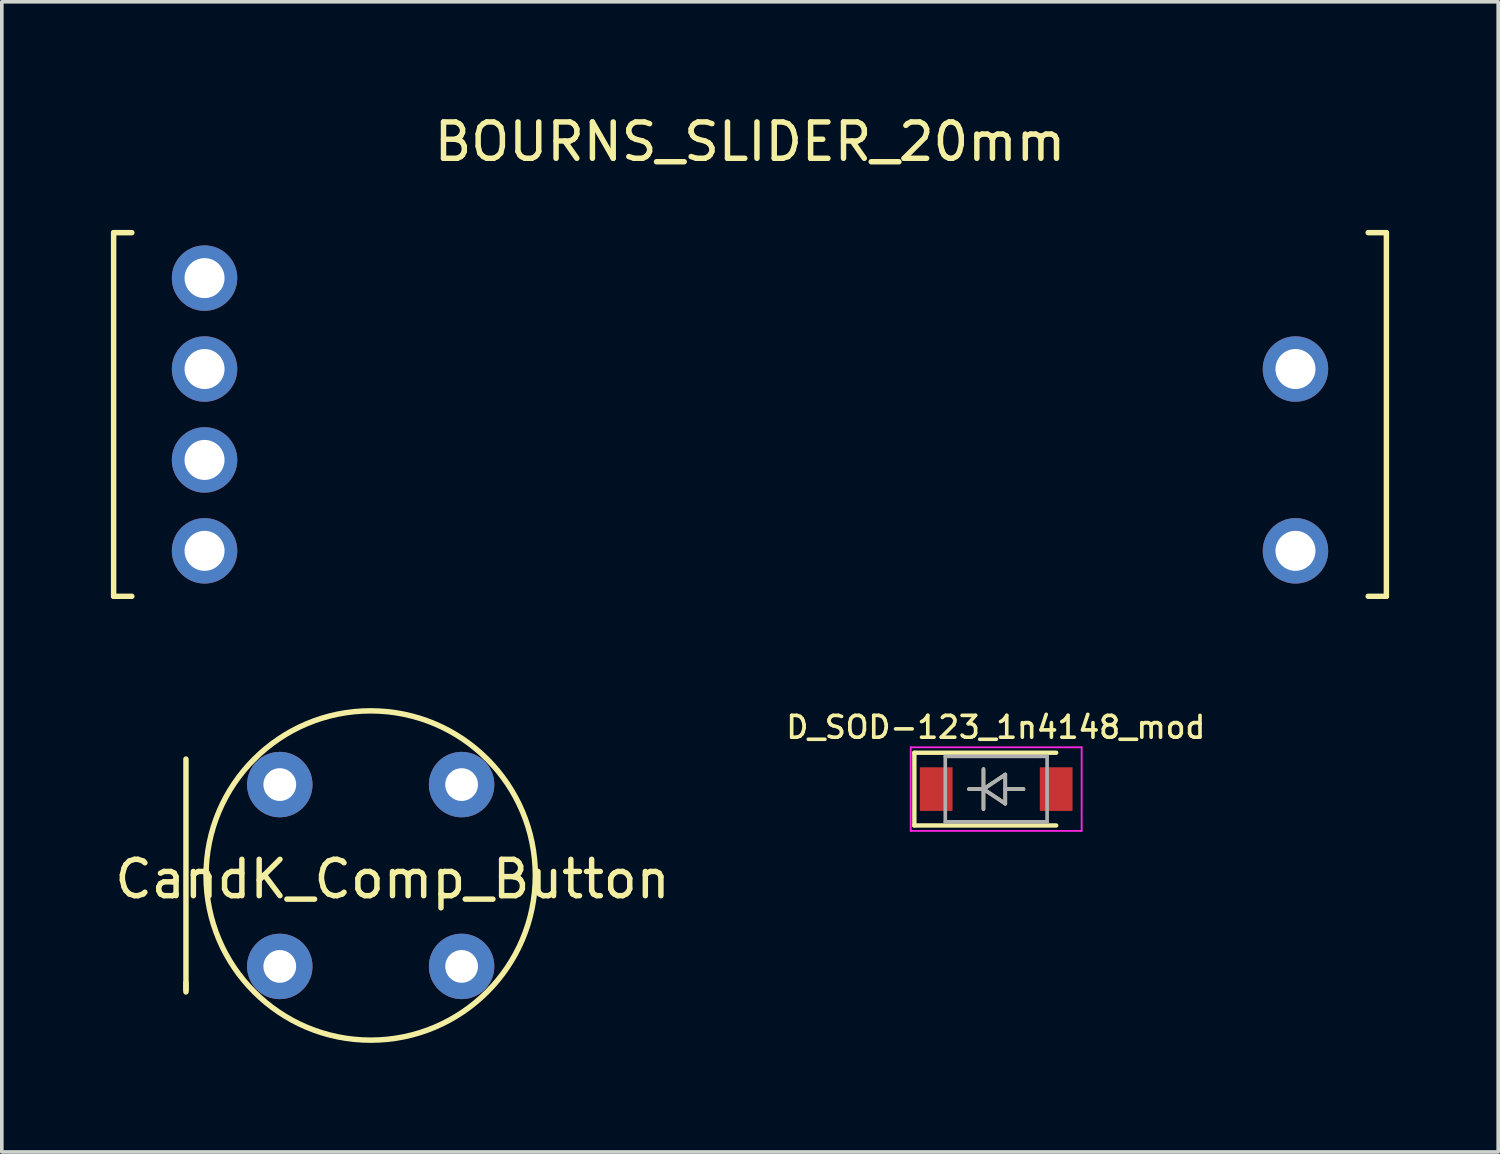
<source format=kicad_pcb>
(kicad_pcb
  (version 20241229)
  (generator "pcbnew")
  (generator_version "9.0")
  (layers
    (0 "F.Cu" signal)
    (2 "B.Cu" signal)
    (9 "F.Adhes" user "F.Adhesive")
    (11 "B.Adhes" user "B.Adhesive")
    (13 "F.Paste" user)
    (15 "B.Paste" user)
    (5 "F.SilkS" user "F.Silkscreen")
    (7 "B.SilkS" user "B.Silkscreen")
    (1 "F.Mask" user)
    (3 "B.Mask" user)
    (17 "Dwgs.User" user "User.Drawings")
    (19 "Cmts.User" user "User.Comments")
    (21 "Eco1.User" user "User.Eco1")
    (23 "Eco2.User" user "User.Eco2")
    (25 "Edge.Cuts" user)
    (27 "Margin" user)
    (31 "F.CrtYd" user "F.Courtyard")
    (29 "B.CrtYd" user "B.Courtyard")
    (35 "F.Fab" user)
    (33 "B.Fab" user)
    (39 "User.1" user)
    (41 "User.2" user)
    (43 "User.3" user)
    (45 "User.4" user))
  (footprint "BOURNS_SLIDER_20mm"
    (placed yes)
    (layer "F.Cu")
    (at 17.575 8.348)
    (property "Reference" "BOURNS_SLIDER_20mm" (at 0 -7.5 0) (layer "F.SilkS") (effects (font (size 1 1) (thickness 0.15))))
    (attr through_hole)
    (fp_line (start -17.5 -5) (end -17 -5) (stroke (width 0.15) (type solid)) (layer "F.SilkS"))
    (fp_line (start -17.5 5) (end -17.5 -5) (stroke (width 0.15) (type solid)) (layer "F.SilkS"))
    (fp_line (start -17.5 5) (end -17 5) (stroke (width 0.15) (type solid)) (layer "F.SilkS"))
    (fp_line (start 17.5 -5) (end 17 -5) (stroke (width 0.15) (type solid)) (layer "F.SilkS"))
    (fp_line (start 17.5 -5) (end 17.5 5) (stroke (width 0.15) (type solid)) (layer "F.SilkS"))
    (fp_line (start 17.5 5) (end 17 5) (stroke (width 0.15) (type solid)) (layer "F.SilkS"))
    (pad "1" thru_hole circle (at -15 -1.25) (size 1.8 1.8) (drill 1.1) (layers "*.Cu" "*.Mask"))
    (pad "2" thru_hole circle (at -15 -3.75) (size 1.8 1.8) (drill 1.1) (layers "*.Cu" "*.Mask"))
    (pad "3" thru_hole circle (at 15 -1.25) (size 1.8 1.8) (drill 1.1) (layers "*.Cu" "*.Mask"))
    (pad "4" thru_hole circle (at 15 3.75) (size 1.8 1.8) (drill 1.1) (layers "*.Cu" "*.Mask"))
    (pad "5" thru_hole circle (at -15 3.75) (size 1.8 1.8) (drill 1.1) (layers "*.Cu" "*.Mask"))
    (pad "6" thru_hole circle (at -15 1.25) (size 1.8 1.8) (drill 1.1) (layers "*.Cu" "*.Mask")))
  (footprint "D_SOD-123_1n4148_mod"
    (layer "F.Cu")
    (at 24.345 18.65)
    (property "Reference" "D_SOD-123_1n4148_mod" (at -0.01 -1.7 0) (layer "F.SilkS") (effects (font (size 0.6 0.6) (thickness 0.1))))
    (attr smd)
    (fp_line (start -2.25 -1) (end -2.25 1) (stroke (width 0.12) (type solid)) (layer "F.SilkS"))
    (fp_line (start -2.25 -1) (end 1.65 -1) (stroke (width 0.12) (type solid)) (layer "F.SilkS"))
    (fp_line (start -2.25 1) (end 1.65 1) (stroke (width 0.12) (type solid)) (layer "F.SilkS"))
    (fp_line (start -0.35 -0.55) (end -0.35 0.55) (stroke (width 0.1) (type solid)) (layer "F.SilkS"))
    (fp_line (start -0.35 0) (end -0.75 0) (stroke (width 0.1) (type solid)) (layer "F.SilkS"))
    (fp_line (start -0.35 0) (end 0.25 -0.4) (stroke (width 0.1) (type solid)) (layer "F.SilkS"))
    (fp_line (start 0.25 -0.4) (end 0.25 0.4) (stroke (width 0.1) (type solid)) (layer "F.SilkS"))
    (fp_line (start 0.25 0) (end 0.75 0) (stroke (width 0.1) (type solid)) (layer "F.SilkS"))
    (fp_line (start 0.25 0.4) (end -0.35 0) (stroke (width 0.1) (type solid)) (layer "F.SilkS"))
    (fp_line (start -2.35 -1.15) (end -2.35 1.15) (stroke (width 0.05) (type solid)) (layer "F.CrtYd"))
    (fp_line (start -2.35 -1.15) (end 2.35 -1.15) (stroke (width 0.05) (type solid)) (layer "F.CrtYd"))
    (fp_line (start 2.35 -1.15) (end 2.35 1.15) (stroke (width 0.05) (type solid)) (layer "F.CrtYd"))
    (fp_line (start 2.35 1.15) (end -2.35 1.15) (stroke (width 0.05) (type solid)) (layer "F.CrtYd"))
    (fp_line (start -1.4 -0.9) (end 1.4 -0.9) (stroke (width 0.1) (type solid)) (layer "F.Fab"))
    (fp_line (start -1.4 0.9) (end -1.4 -0.9) (stroke (width 0.1) (type solid)) (layer "F.Fab"))
    (fp_line (start -0.75 0) (end -0.35 0) (stroke (width 0.1) (type solid)) (layer "F.Fab"))
    (fp_line (start -0.35 0) (end -0.35 -0.55) (stroke (width 0.1) (type solid)) (layer "F.Fab"))
    (fp_line (start -0.35 0) (end -0.35 0.55) (stroke (width 0.1) (type solid)) (layer "F.Fab"))
    (fp_line (start -0.35 0) (end 0.25 -0.4) (stroke (width 0.1) (type solid)) (layer "F.Fab"))
    (fp_line (start 0.25 -0.4) (end 0.25 0.4) (stroke (width 0.1) (type solid)) (layer "F.Fab"))
    (fp_line (start 0.25 0) (end 0.75 0) (stroke (width 0.1) (type solid)) (layer "F.Fab"))
    (fp_line (start 0.25 0.4) (end -0.35 0) (stroke (width 0.1) (type solid)) (layer "F.Fab"))
    (fp_line (start 1.4 -0.9) (end 1.4 0.9) (stroke (width 0.1) (type solid)) (layer "F.Fab"))
    (fp_line (start 1.4 0.9) (end -1.4 0.9) (stroke (width 0.1) (type solid)) (layer "F.Fab"))
    (pad "1" smd rect (at -1.65 0) (size 0.9 1.2) (layers "F.Cu" "F.Mask" "F.Paste"))
    (pad "2" smd rect (at 1.65 0) (size 0.9 1.2) (layers "F.Cu" "F.Mask" "F.Paste")))
  (footprint "CandK_Comp_Button"
    (layer "F.Cu")
    (at 7.144 21.026)
    (property "Reference" "CandK_Comp_Button" (at 0.6 0.1 0) (layer "F.SilkS") (effects (font (size 1 1) (thickness 0.15))))
    (attr through_hole)
    (fp_line (start -5.08 -3.202) (end -5.08 3.148) (stroke (width 0.15) (type solid)) (layer "F.SilkS"))
    (fp_line (start -5.08 2.948) (end -5.08 3.202) (stroke (width 0.15) (type solid)) (layer "F.SilkS"))
    (fp_circle (center 0 0) (end -0.5 -4.5) (stroke (width 0.15) (type solid)) (fill no) (layer "F.SilkS"))
    (pad "1" thru_hole circle (at -2.5 -2.5) (size 1.8 1.8) (drill 0.9) (layers "*.Cu" "*.Mask"))
    (pad "1" thru_hole circle (at 2.5 -2.5) (size 1.8 1.8) (drill 0.9) (layers "*.Cu" "*.Mask"))
    (pad "2" thru_hole circle (at -2.5 2.5) (size 1.8 1.8) (drill 0.9) (layers "*.Cu" "*.Mask"))
    (pad "2" thru_hole circle (at 2.5 2.5) (size 1.8 1.8) (drill 0.9) (layers "*.Cu" "*.Mask")))
  (gr_rect
    (start -3 -3)
    (end 38.15 28.629)
    (stroke (width 0.1) (type default))
    (fill no)
    (layer "Edge.Cuts")))
</source>
